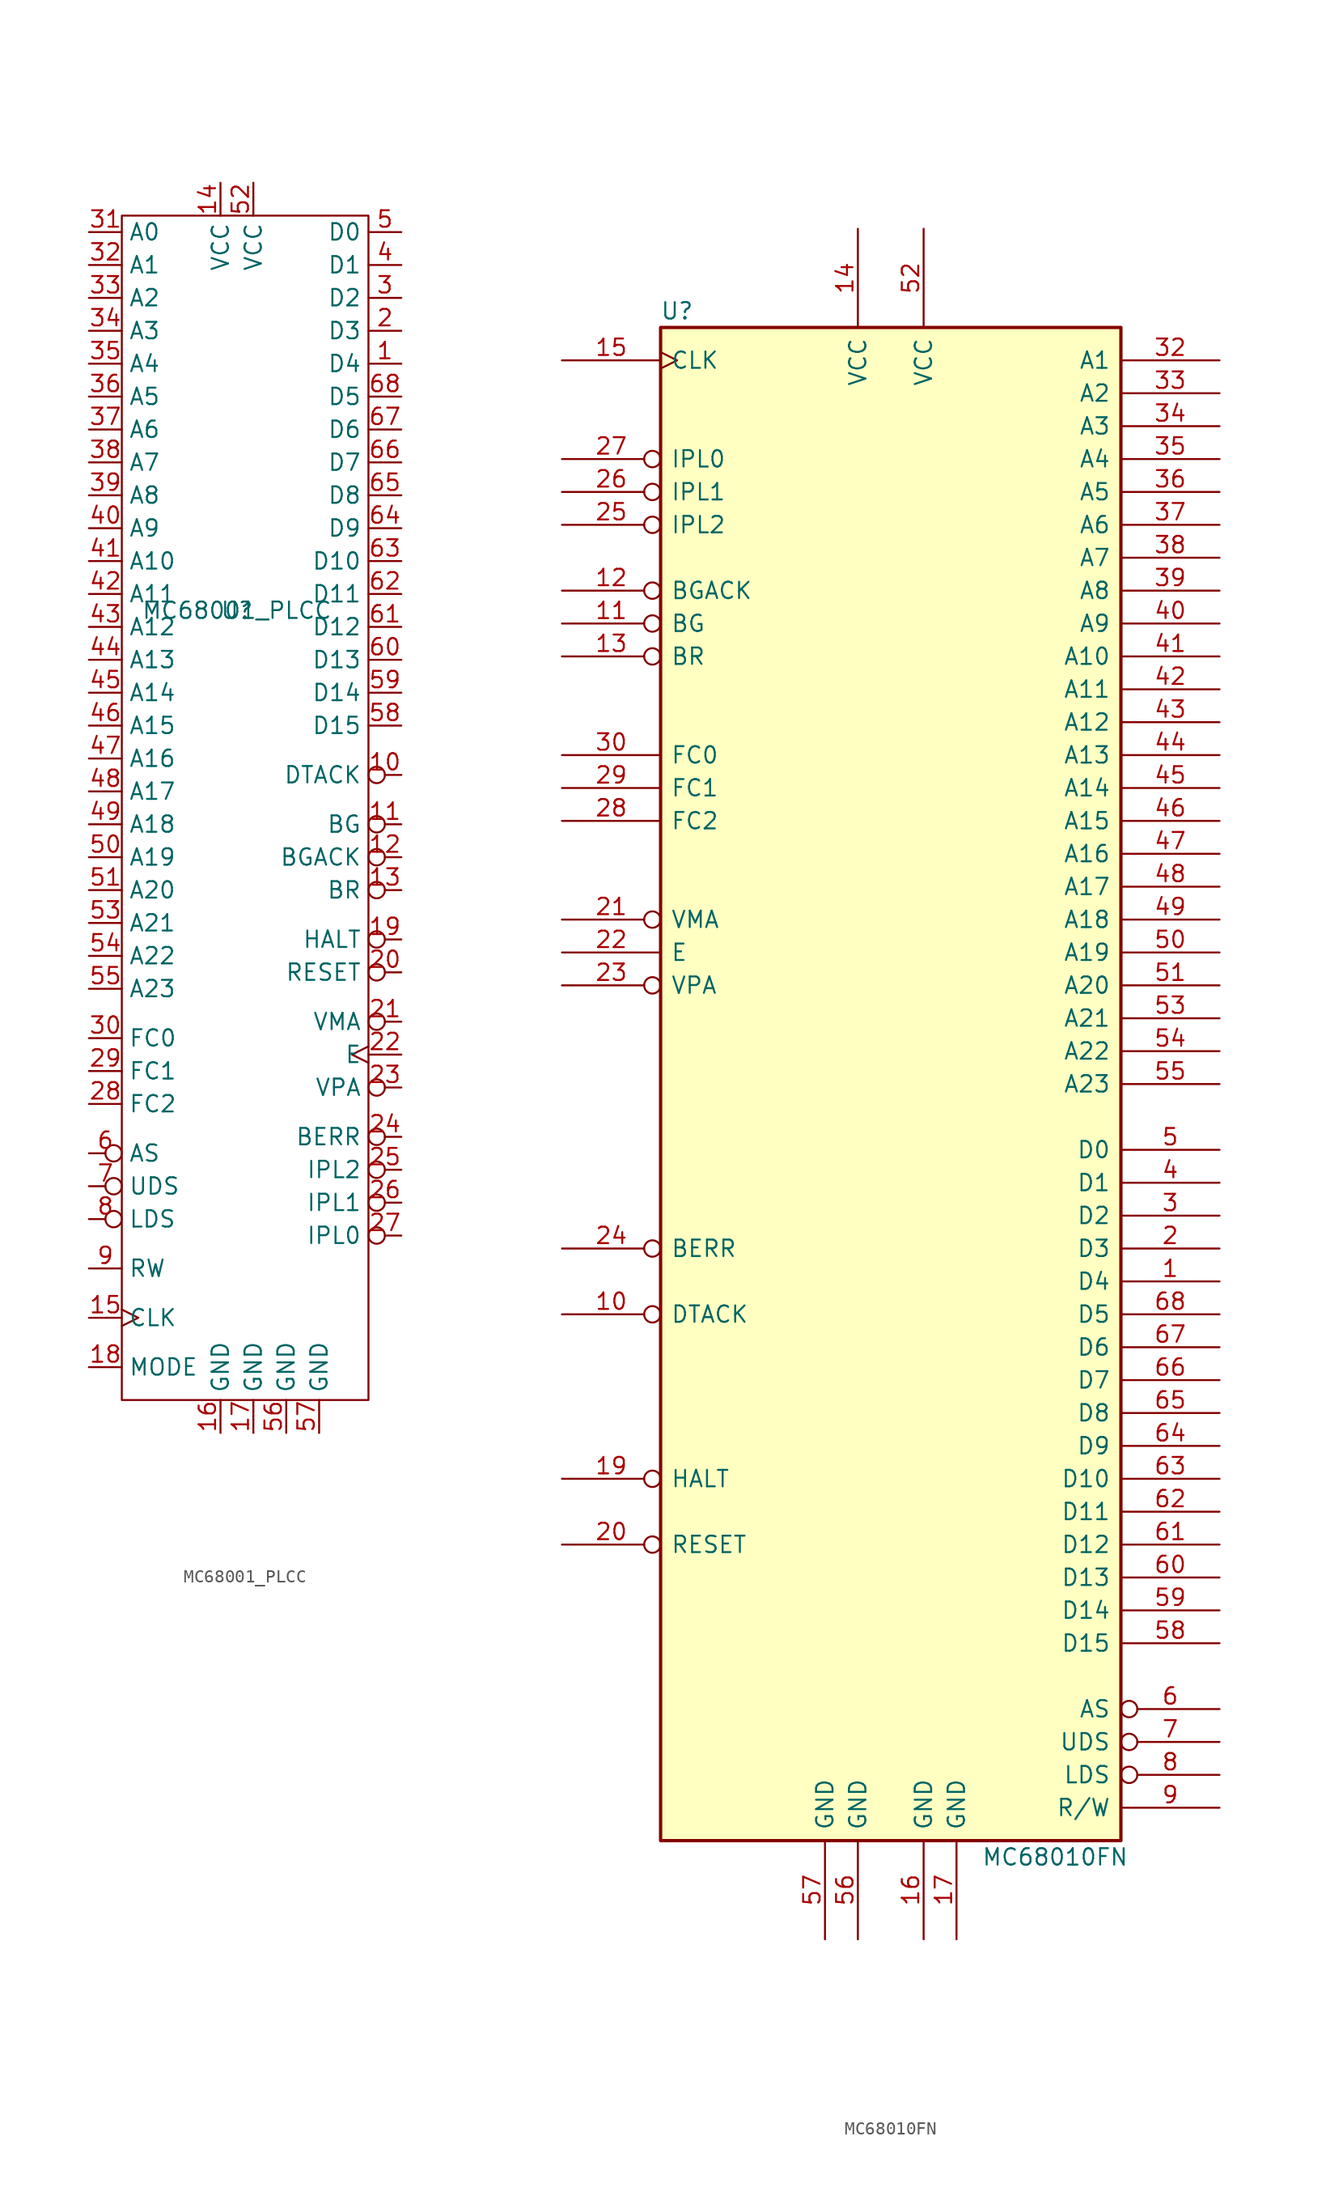
<source format=kicad_sym>
(kicad_symbol_lib
  (version 20211014)
  (generator kicad_symbol_editor)
  (symbol "MC68001_PLCC"
    (property "Reference" "U"
      (at 0 10.16 0)
      (effects (font (size 1.27 1.27))))
    (property "Value" "MC68001_PLCC"
      (at 0 10.16 0)
      (effects (font (size 1.27 1.27))))
    (symbol "MC68001_PLCC_0_1"
      (rectangle (start -8.89 40.64) (end 10.16 -50.8) (stroke (width 0.152) (type default) (color 0 0 0 0)) (fill (type none))))
    (symbol "MC68001_PLCC_1_1"
      (pin bidirectional line (at 12.7 29.21 180) (length 2.54) (name "D4" (effects (font (size 1.27 1.27)))) (number "1" (effects (font (size 1.27 1.27)))))
      (pin input inverted (at 12.7 -2.54 180) (length 2.54) (name "DTACK" (effects (font (size 1.27 1.27)))) (number "10" (effects (font (size 1.27 1.27)))))
      (pin output inverted (at 12.7 -6.35 180) (length 2.54) (name "BG" (effects (font (size 1.27 1.27)))) (number "11" (effects (font (size 1.27 1.27)))))
      (pin input inverted (at 12.7 -8.89 180) (length 2.54) (name "BGACK" (effects (font (size 1.27 1.27)))) (number "12" (effects (font (size 1.27 1.27)))))
      (pin input inverted (at 12.7 -11.43 180) (length 2.54) (name "BR" (effects (font (size 1.27 1.27)))) (number "13" (effects (font (size 1.27 1.27)))))
      (pin power_in line (at -1.27 43.18 270) (length 2.54) (name "VCC" (effects (font (size 1.27 1.27)))) (number "14" (effects (font (size 1.27 1.27)))))
      (pin input clock (at -11.43 -44.45 0) (length 2.54) (name "CLK" (effects (font (size 1.27 1.27)))) (number "15" (effects (font (size 1.27 1.27)))))
      (pin power_in line (at -1.27 -53.34 90) (length 2.54) (name "GND" (effects (font (size 1.27 1.27)))) (number "16" (effects (font (size 1.27 1.27)))))
      (pin power_in line (at 1.27 -53.34 90) (length 2.54) (name "GND" (effects (font (size 1.27 1.27)))) (number "17" (effects (font (size 1.27 1.27)))))
      (pin input line (at -11.43 -48.26 0) (length 2.54) (name "MODE" (effects (font (size 1.27 1.27)))) (number "18" (effects (font (size 1.27 1.27)))))
      (pin bidirectional inverted (at 12.7 -15.24 180) (length 2.54) (name "HALT" (effects (font (size 1.27 1.27)))) (number "19" (effects (font (size 1.27 1.27)))))
      (pin bidirectional line (at 12.7 31.75 180) (length 2.54) (name "D3" (effects (font (size 1.27 1.27)))) (number "2" (effects (font (size 1.27 1.27)))))
      (pin bidirectional inverted (at 12.7 -17.78 180) (length 2.54) (name "RESET" (effects (font (size 1.27 1.27)))) (number "20" (effects (font (size 1.27 1.27)))))
      (pin output inverted (at 12.7 -21.59 180) (length 2.54) (name "VMA" (effects (font (size 1.27 1.27)))) (number "21" (effects (font (size 1.27 1.27)))))
      (pin output clock (at 12.7 -24.13 180) (length 2.54) (name "E" (effects (font (size 1.27 1.27)))) (number "22" (effects (font (size 1.27 1.27)))))
      (pin input inverted (at 12.7 -26.67 180) (length 2.54) (name "VPA" (effects (font (size 1.27 1.27)))) (number "23" (effects (font (size 1.27 1.27)))))
      (pin input inverted (at 12.7 -30.48 180) (length 2.54) (name "BERR" (effects (font (size 1.27 1.27)))) (number "24" (effects (font (size 1.27 1.27)))))
      (pin input inverted (at 12.7 -33.02 180) (length 2.54) (name "IPL2" (effects (font (size 1.27 1.27)))) (number "25" (effects (font (size 1.27 1.27)))))
      (pin input inverted (at 12.7 -35.56 180) (length 2.54) (name "IPL1" (effects (font (size 1.27 1.27)))) (number "26" (effects (font (size 1.27 1.27)))))
      (pin input inverted (at 12.7 -38.1 180) (length 2.54) (name "IPL0" (effects (font (size 1.27 1.27)))) (number "27" (effects (font (size 1.27 1.27)))))
      (pin output line (at -11.43 -27.94 0) (length 2.54) (name "FC2" (effects (font (size 1.27 1.27)))) (number "28" (effects (font (size 1.27 1.27)))))
      (pin output line (at -11.43 -25.4 0) (length 2.54) (name "FC1" (effects (font (size 1.27 1.27)))) (number "29" (effects (font (size 1.27 1.27)))))
      (pin bidirectional line (at 12.7 34.29 180) (length 2.54) (name "D2" (effects (font (size 1.27 1.27)))) (number "3" (effects (font (size 1.27 1.27)))))
      (pin output line (at -11.43 -22.86 0) (length 2.54) (name "FC0" (effects (font (size 1.27 1.27)))) (number "30" (effects (font (size 1.27 1.27)))))
      (pin output line (at -11.43 39.37 0) (length 2.54) (name "A0" (effects (font (size 1.27 1.27)))) (number "31" (effects (font (size 1.27 1.27)))))
      (pin output line (at -11.43 36.83 0) (length 2.54) (name "A1" (effects (font (size 1.27 1.27)))) (number "32" (effects (font (size 1.27 1.27)))))
      (pin output line (at -11.43 34.29 0) (length 2.54) (name "A2" (effects (font (size 1.27 1.27)))) (number "33" (effects (font (size 1.27 1.27)))))
      (pin output line (at -11.43 31.75 0) (length 2.54) (name "A3" (effects (font (size 1.27 1.27)))) (number "34" (effects (font (size 1.27 1.27)))))
      (pin output line (at -11.43 29.21 0) (length 2.54) (name "A4" (effects (font (size 1.27 1.27)))) (number "35" (effects (font (size 1.27 1.27)))))
      (pin output line (at -11.43 26.67 0) (length 2.54) (name "A5" (effects (font (size 1.27 1.27)))) (number "36" (effects (font (size 1.27 1.27)))))
      (pin output line (at -11.43 24.13 0) (length 2.54) (name "A6" (effects (font (size 1.27 1.27)))) (number "37" (effects (font (size 1.27 1.27)))))
      (pin output line (at -11.43 21.59 0) (length 2.54) (name "A7" (effects (font (size 1.27 1.27)))) (number "38" (effects (font (size 1.27 1.27)))))
      (pin output line (at -11.43 19.05 0) (length 2.54) (name "A8" (effects (font (size 1.27 1.27)))) (number "39" (effects (font (size 1.27 1.27)))))
      (pin bidirectional line (at 12.7 36.83 180) (length 2.54) (name "D1" (effects (font (size 1.27 1.27)))) (number "4" (effects (font (size 1.27 1.27)))))
      (pin output line (at -11.43 16.51 0) (length 2.54) (name "A9" (effects (font (size 1.27 1.27)))) (number "40" (effects (font (size 1.27 1.27)))))
      (pin output line (at -11.43 13.97 0) (length 2.54) (name "A10" (effects (font (size 1.27 1.27)))) (number "41" (effects (font (size 1.27 1.27)))))
      (pin output line (at -11.43 11.43 0) (length 2.54) (name "A11" (effects (font (size 1.27 1.27)))) (number "42" (effects (font (size 1.27 1.27)))))
      (pin output line (at -11.43 8.89 0) (length 2.54) (name "A12" (effects (font (size 1.27 1.27)))) (number "43" (effects (font (size 1.27 1.27)))))
      (pin output line (at -11.43 6.35 0) (length 2.54) (name "A13" (effects (font (size 1.27 1.27)))) (number "44" (effects (font (size 1.27 1.27)))))
      (pin output line (at -11.43 3.81 0) (length 2.54) (name "A14" (effects (font (size 1.27 1.27)))) (number "45" (effects (font (size 1.27 1.27)))))
      (pin output line (at -11.43 1.27 0) (length 2.54) (name "A15" (effects (font (size 1.27 1.27)))) (number "46" (effects (font (size 1.27 1.27)))))
      (pin output line (at -11.43 -1.27 0) (length 2.54) (name "A16" (effects (font (size 1.27 1.27)))) (number "47" (effects (font (size 1.27 1.27)))))
      (pin output line (at -11.43 -3.81 0) (length 2.54) (name "A17" (effects (font (size 1.27 1.27)))) (number "48" (effects (font (size 1.27 1.27)))))
      (pin output line (at -11.43 -6.35 0) (length 2.54) (name "A18" (effects (font (size 1.27 1.27)))) (number "49" (effects (font (size 1.27 1.27)))))
      (pin bidirectional line (at 12.7 39.37 180) (length 2.54) (name "D0" (effects (font (size 1.27 1.27)))) (number "5" (effects (font (size 1.27 1.27)))))
      (pin output line (at -11.43 -8.89 0) (length 2.54) (name "A19" (effects (font (size 1.27 1.27)))) (number "50" (effects (font (size 1.27 1.27)))))
      (pin output line (at -11.43 -11.43 0) (length 2.54) (name "A20" (effects (font (size 1.27 1.27)))) (number "51" (effects (font (size 1.27 1.27)))))
      (pin power_in line (at 1.27 43.18 270) (length 2.54) (name "VCC" (effects (font (size 1.27 1.27)))) (number "52" (effects (font (size 1.27 1.27)))))
      (pin output line (at -11.43 -13.97 0) (length 2.54) (name "A21" (effects (font (size 1.27 1.27)))) (number "53" (effects (font (size 1.27 1.27)))))
      (pin output line (at -11.43 -16.51 0) (length 2.54) (name "A22" (effects (font (size 1.27 1.27)))) (number "54" (effects (font (size 1.27 1.27)))))
      (pin output line (at -11.43 -19.05 0) (length 2.54) (name "A23" (effects (font (size 1.27 1.27)))) (number "55" (effects (font (size 1.27 1.27)))))
      (pin power_in line (at 3.81 -53.34 90) (length 2.54) (name "GND" (effects (font (size 1.27 1.27)))) (number "56" (effects (font (size 1.27 1.27)))))
      (pin power_in line (at 6.35 -53.34 90) (length 2.54) (name "GND" (effects (font (size 1.27 1.27)))) (number "57" (effects (font (size 1.27 1.27)))))
      (pin bidirectional line (at 12.7 1.27 180) (length 2.54) (name "D15" (effects (font (size 1.27 1.27)))) (number "58" (effects (font (size 1.27 1.27)))))
      (pin bidirectional line (at 12.7 3.81 180) (length 2.54) (name "D14" (effects (font (size 1.27 1.27)))) (number "59" (effects (font (size 1.27 1.27)))))
      (pin output inverted (at -11.43 -31.75 0) (length 2.54) (name "AS" (effects (font (size 1.27 1.27)))) (number "6" (effects (font (size 1.27 1.27)))))
      (pin bidirectional line (at 12.7 6.35 180) (length 2.54) (name "D13" (effects (font (size 1.27 1.27)))) (number "60" (effects (font (size 1.27 1.27)))))
      (pin bidirectional line (at 12.7 8.89 180) (length 2.54) (name "D12" (effects (font (size 1.27 1.27)))) (number "61" (effects (font (size 1.27 1.27)))))
      (pin bidirectional line (at 12.7 11.43 180) (length 2.54) (name "D11" (effects (font (size 1.27 1.27)))) (number "62" (effects (font (size 1.27 1.27)))))
      (pin bidirectional line (at 12.7 13.97 180) (length 2.54) (name "D10" (effects (font (size 1.27 1.27)))) (number "63" (effects (font (size 1.27 1.27)))))
      (pin bidirectional line (at 12.7 16.51 180) (length 2.54) (name "D9" (effects (font (size 1.27 1.27)))) (number "64" (effects (font (size 1.27 1.27)))))
      (pin bidirectional line (at 12.7 19.05 180) (length 2.54) (name "D8" (effects (font (size 1.27 1.27)))) (number "65" (effects (font (size 1.27 1.27)))))
      (pin bidirectional line (at 12.7 21.59 180) (length 2.54) (name "D7" (effects (font (size 1.27 1.27)))) (number "66" (effects (font (size 1.27 1.27)))))
      (pin bidirectional line (at 12.7 24.13 180) (length 2.54) (name "D6" (effects (font (size 1.27 1.27)))) (number "67" (effects (font (size 1.27 1.27)))))
      (pin bidirectional line (at 12.7 26.67 180) (length 2.54) (name "D5" (effects (font (size 1.27 1.27)))) (number "68" (effects (font (size 1.27 1.27)))))
      (pin output inverted (at -11.43 -34.29 0) (length 2.54) (name "UDS" (effects (font (size 1.27 1.27)))) (number "7" (effects (font (size 1.27 1.27)))))
      (pin output inverted (at -11.43 -36.83 0) (length 2.54) (name "LDS" (effects (font (size 1.27 1.27)))) (number "8" (effects (font (size 1.27 1.27)))))
      (pin output line (at -11.43 -40.64 0) (length 2.54) (name "RW" (effects (font (size 1.27 1.27)))) (number "9" (effects (font (size 1.27 1.27)))))))
  (symbol "MC68010FN"
    (pin_names
      (offset 0.762))
    (property "Reference" "U"
      (at -16.51 59.69 0)
      (effects (font (size 1.27 1.27))))
    (property "Value" "MC68010FN"
      (at 12.7 -59.69 0)
      (effects (font (size 1.27 1.27))))
    (symbol "MC68010FN_0_1"
      (rectangle (start -17.78 58.42) (end 17.78 -58.42) (stroke (width 0.254) (type default) (color 0 0 0 0)) (fill (type background))))
    (symbol "MC68010FN_1_1"
      (pin bidirectional line (at 25.4 -15.24 180) (length 7.62) (name "D4" (effects (font (size 1.27 1.27)))) (number "1" (effects (font (size 1.27 1.27)))))
      (pin input inverted (at -25.4 -17.78 0) (length 7.62) (name "DTACK" (effects (font (size 1.27 1.27)))) (number "10" (effects (font (size 1.27 1.27)))))
      (pin output inverted (at -25.4 35.56 0) (length 7.62) (name "BG" (effects (font (size 1.27 1.27)))) (number "11" (effects (font (size 1.27 1.27)))))
      (pin input inverted (at -25.4 38.1 0) (length 7.62) (name "BGACK" (effects (font (size 1.27 1.27)))) (number "12" (effects (font (size 1.27 1.27)))))
      (pin input inverted (at -25.4 33.02 0) (length 7.62) (name "BR" (effects (font (size 1.27 1.27)))) (number "13" (effects (font (size 1.27 1.27)))))
      (pin power_in line (at -2.54 66.04 270) (length 7.62) (name "VCC" (effects (font (size 1.27 1.27)))) (number "14" (effects (font (size 1.27 1.27)))))
      (pin input clock (at -25.4 55.88 0) (length 7.62) (name "CLK" (effects (font (size 1.27 1.27)))) (number "15" (effects (font (size 1.27 1.27)))))
      (pin power_in line (at 2.54 -66.04 90) (length 7.62) (name "GND" (effects (font (size 1.27 1.27)))) (number "16" (effects (font (size 1.27 1.27)))))
      (pin power_in line (at 5.08 -66.04 90) (length 7.62) (name "GND" (effects (font (size 1.27 1.27)))) (number "17" (effects (font (size 1.27 1.27)))))
      (pin no_connect line (at -17.78 -45.72 0) (length 0) hide (name "NC" (effects (font (size 1.27 1.27)))) (number "18" (effects (font (size 1.27 1.27)))))
      (pin bidirectional inverted (at -25.4 -30.48 0) (length 7.62) (name "HALT" (effects (font (size 1.27 1.27)))) (number "19" (effects (font (size 1.27 1.27)))))
      (pin bidirectional line (at 25.4 -12.7 180) (length 7.62) (name "D3" (effects (font (size 1.27 1.27)))) (number "2" (effects (font (size 1.27 1.27)))))
      (pin input inverted (at -25.4 -35.56 0) (length 7.62) (name "RESET" (effects (font (size 1.27 1.27)))) (number "20" (effects (font (size 1.27 1.27)))))
      (pin output inverted (at -25.4 12.7 0) (length 7.62) (name "VMA" (effects (font (size 1.27 1.27)))) (number "21" (effects (font (size 1.27 1.27)))))
      (pin output line (at -25.4 10.16 0) (length 7.62) (name "E" (effects (font (size 1.27 1.27)))) (number "22" (effects (font (size 1.27 1.27)))))
      (pin input inverted (at -25.4 7.62 0) (length 7.62) (name "VPA" (effects (font (size 1.27 1.27)))) (number "23" (effects (font (size 1.27 1.27)))))
      (pin input inverted (at -25.4 -12.7 0) (length 7.62) (name "BERR" (effects (font (size 1.27 1.27)))) (number "24" (effects (font (size 1.27 1.27)))))
      (pin input inverted (at -25.4 43.18 0) (length 7.62) (name "IPL2" (effects (font (size 1.27 1.27)))) (number "25" (effects (font (size 1.27 1.27)))))
      (pin input inverted (at -25.4 45.72 0) (length 7.62) (name "IPL1" (effects (font (size 1.27 1.27)))) (number "26" (effects (font (size 1.27 1.27)))))
      (pin input inverted (at -25.4 48.26 0) (length 7.62) (name "IPL0" (effects (font (size 1.27 1.27)))) (number "27" (effects (font (size 1.27 1.27)))))
      (pin output line (at -25.4 20.32 0) (length 7.62) (name "FC2" (effects (font (size 1.27 1.27)))) (number "28" (effects (font (size 1.27 1.27)))))
      (pin output line (at -25.4 22.86 0) (length 7.62) (name "FC1" (effects (font (size 1.27 1.27)))) (number "29" (effects (font (size 1.27 1.27)))))
      (pin bidirectional line (at 25.4 -10.16 180) (length 7.62) (name "D2" (effects (font (size 1.27 1.27)))) (number "3" (effects (font (size 1.27 1.27)))))
      (pin output line (at -25.4 25.4 0) (length 7.62) (name "FC0" (effects (font (size 1.27 1.27)))) (number "30" (effects (font (size 1.27 1.27)))))
      (pin no_connect line (at -17.78 -48.26 0) (length 0) hide (name "NC" (effects (font (size 1.27 1.27)))) (number "31" (effects (font (size 1.27 1.27)))))
      (pin output line (at 25.4 55.88 180) (length 7.62) (name "A1" (effects (font (size 1.27 1.27)))) (number "32" (effects (font (size 1.27 1.27)))))
      (pin output line (at 25.4 53.34 180) (length 7.62) (name "A2" (effects (font (size 1.27 1.27)))) (number "33" (effects (font (size 1.27 1.27)))))
      (pin output line (at 25.4 50.8 180) (length 7.62) (name "A3" (effects (font (size 1.27 1.27)))) (number "34" (effects (font (size 1.27 1.27)))))
      (pin output line (at 25.4 48.26 180) (length 7.62) (name "A4" (effects (font (size 1.27 1.27)))) (number "35" (effects (font (size 1.27 1.27)))))
      (pin output line (at 25.4 45.72 180) (length 7.62) (name "A5" (effects (font (size 1.27 1.27)))) (number "36" (effects (font (size 1.27 1.27)))))
      (pin output line (at 25.4 43.18 180) (length 7.62) (name "A6" (effects (font (size 1.27 1.27)))) (number "37" (effects (font (size 1.27 1.27)))))
      (pin output line (at 25.4 40.64 180) (length 7.62) (name "A7" (effects (font (size 1.27 1.27)))) (number "38" (effects (font (size 1.27 1.27)))))
      (pin output line (at 25.4 38.1 180) (length 7.62) (name "A8" (effects (font (size 1.27 1.27)))) (number "39" (effects (font (size 1.27 1.27)))))
      (pin bidirectional line (at 25.4 -7.62 180) (length 7.62) (name "D1" (effects (font (size 1.27 1.27)))) (number "4" (effects (font (size 1.27 1.27)))))
      (pin output line (at 25.4 35.56 180) (length 7.62) (name "A9" (effects (font (size 1.27 1.27)))) (number "40" (effects (font (size 1.27 1.27)))))
      (pin output line (at 25.4 33.02 180) (length 7.62) (name "A10" (effects (font (size 1.27 1.27)))) (number "41" (effects (font (size 1.27 1.27)))))
      (pin output line (at 25.4 30.48 180) (length 7.62) (name "A11" (effects (font (size 1.27 1.27)))) (number "42" (effects (font (size 1.27 1.27)))))
      (pin output line (at 25.4 27.94 180) (length 7.62) (name "A12" (effects (font (size 1.27 1.27)))) (number "43" (effects (font (size 1.27 1.27)))))
      (pin output line (at 25.4 25.4 180) (length 7.62) (name "A13" (effects (font (size 1.27 1.27)))) (number "44" (effects (font (size 1.27 1.27)))))
      (pin output line (at 25.4 22.86 180) (length 7.62) (name "A14" (effects (font (size 1.27 1.27)))) (number "45" (effects (font (size 1.27 1.27)))))
      (pin output line (at 25.4 20.32 180) (length 7.62) (name "A15" (effects (font (size 1.27 1.27)))) (number "46" (effects (font (size 1.27 1.27)))))
      (pin output line (at 25.4 17.78 180) (length 7.62) (name "A16" (effects (font (size 1.27 1.27)))) (number "47" (effects (font (size 1.27 1.27)))))
      (pin output line (at 25.4 15.24 180) (length 7.62) (name "A17" (effects (font (size 1.27 1.27)))) (number "48" (effects (font (size 1.27 1.27)))))
      (pin output line (at 25.4 12.7 180) (length 7.62) (name "A18" (effects (font (size 1.27 1.27)))) (number "49" (effects (font (size 1.27 1.27)))))
      (pin bidirectional line (at 25.4 -5.08 180) (length 7.62) (name "D0" (effects (font (size 1.27 1.27)))) (number "5" (effects (font (size 1.27 1.27)))))
      (pin output line (at 25.4 10.16 180) (length 7.62) (name "A19" (effects (font (size 1.27 1.27)))) (number "50" (effects (font (size 1.27 1.27)))))
      (pin output line (at 25.4 7.62 180) (length 7.62) (name "A20" (effects (font (size 1.27 1.27)))) (number "51" (effects (font (size 1.27 1.27)))))
      (pin power_in line (at 2.54 66.04 270) (length 7.62) (name "VCC" (effects (font (size 1.27 1.27)))) (number "52" (effects (font (size 1.27 1.27)))))
      (pin output line (at 25.4 5.08 180) (length 7.62) (name "A21" (effects (font (size 1.27 1.27)))) (number "53" (effects (font (size 1.27 1.27)))))
      (pin output line (at 25.4 2.54 180) (length 7.62) (name "A22" (effects (font (size 1.27 1.27)))) (number "54" (effects (font (size 1.27 1.27)))))
      (pin output line (at 25.4 0 180) (length 7.62) (name "A23" (effects (font (size 1.27 1.27)))) (number "55" (effects (font (size 1.27 1.27)))))
      (pin power_in line (at -2.54 -66.04 90) (length 7.62) (name "GND" (effects (font (size 1.27 1.27)))) (number "56" (effects (font (size 1.27 1.27)))))
      (pin power_in line (at -5.08 -66.04 90) (length 7.62) (name "GND" (effects (font (size 1.27 1.27)))) (number "57" (effects (font (size 1.27 1.27)))))
      (pin bidirectional line (at 25.4 -43.18 180) (length 7.62) (name "D15" (effects (font (size 1.27 1.27)))) (number "58" (effects (font (size 1.27 1.27)))))
      (pin bidirectional line (at 25.4 -40.64 180) (length 7.62) (name "D14" (effects (font (size 1.27 1.27)))) (number "59" (effects (font (size 1.27 1.27)))))
      (pin output inverted (at 25.4 -48.26 180) (length 7.62) (name "AS" (effects (font (size 1.27 1.27)))) (number "6" (effects (font (size 1.27 1.27)))))
      (pin bidirectional line (at 25.4 -38.1 180) (length 7.62) (name "D13" (effects (font (size 1.27 1.27)))) (number "60" (effects (font (size 1.27 1.27)))))
      (pin bidirectional line (at 25.4 -35.56 180) (length 7.62) (name "D12" (effects (font (size 1.27 1.27)))) (number "61" (effects (font (size 1.27 1.27)))))
      (pin bidirectional line (at 25.4 -33.02 180) (length 7.62) (name "D11" (effects (font (size 1.27 1.27)))) (number "62" (effects (font (size 1.27 1.27)))))
      (pin bidirectional line (at 25.4 -30.48 180) (length 7.62) (name "D10" (effects (font (size 1.27 1.27)))) (number "63" (effects (font (size 1.27 1.27)))))
      (pin bidirectional line (at 25.4 -27.94 180) (length 7.62) (name "D9" (effects (font (size 1.27 1.27)))) (number "64" (effects (font (size 1.27 1.27)))))
      (pin bidirectional line (at 25.4 -25.4 180) (length 7.62) (name "D8" (effects (font (size 1.27 1.27)))) (number "65" (effects (font (size 1.27 1.27)))))
      (pin bidirectional line (at 25.4 -22.86 180) (length 7.62) (name "D7" (effects (font (size 1.27 1.27)))) (number "66" (effects (font (size 1.27 1.27)))))
      (pin bidirectional line (at 25.4 -20.32 180) (length 7.62) (name "D6" (effects (font (size 1.27 1.27)))) (number "67" (effects (font (size 1.27 1.27)))))
      (pin bidirectional line (at 25.4 -17.78 180) (length 7.62) (name "D5" (effects (font (size 1.27 1.27)))) (number "68" (effects (font (size 1.27 1.27)))))
      (pin output inverted (at 25.4 -50.8 180) (length 7.62) (name "UDS" (effects (font (size 1.27 1.27)))) (number "7" (effects (font (size 1.27 1.27)))))
      (pin output inverted (at 25.4 -53.34 180) (length 7.62) (name "LDS" (effects (font (size 1.27 1.27)))) (number "8" (effects (font (size 1.27 1.27)))))
      (pin output line (at 25.4 -55.88 180) (length 7.62) (name "R/W" (effects (font (size 1.27 1.27)))) (number "9" (effects (font (size 1.27 1.27))))))))
</source>
